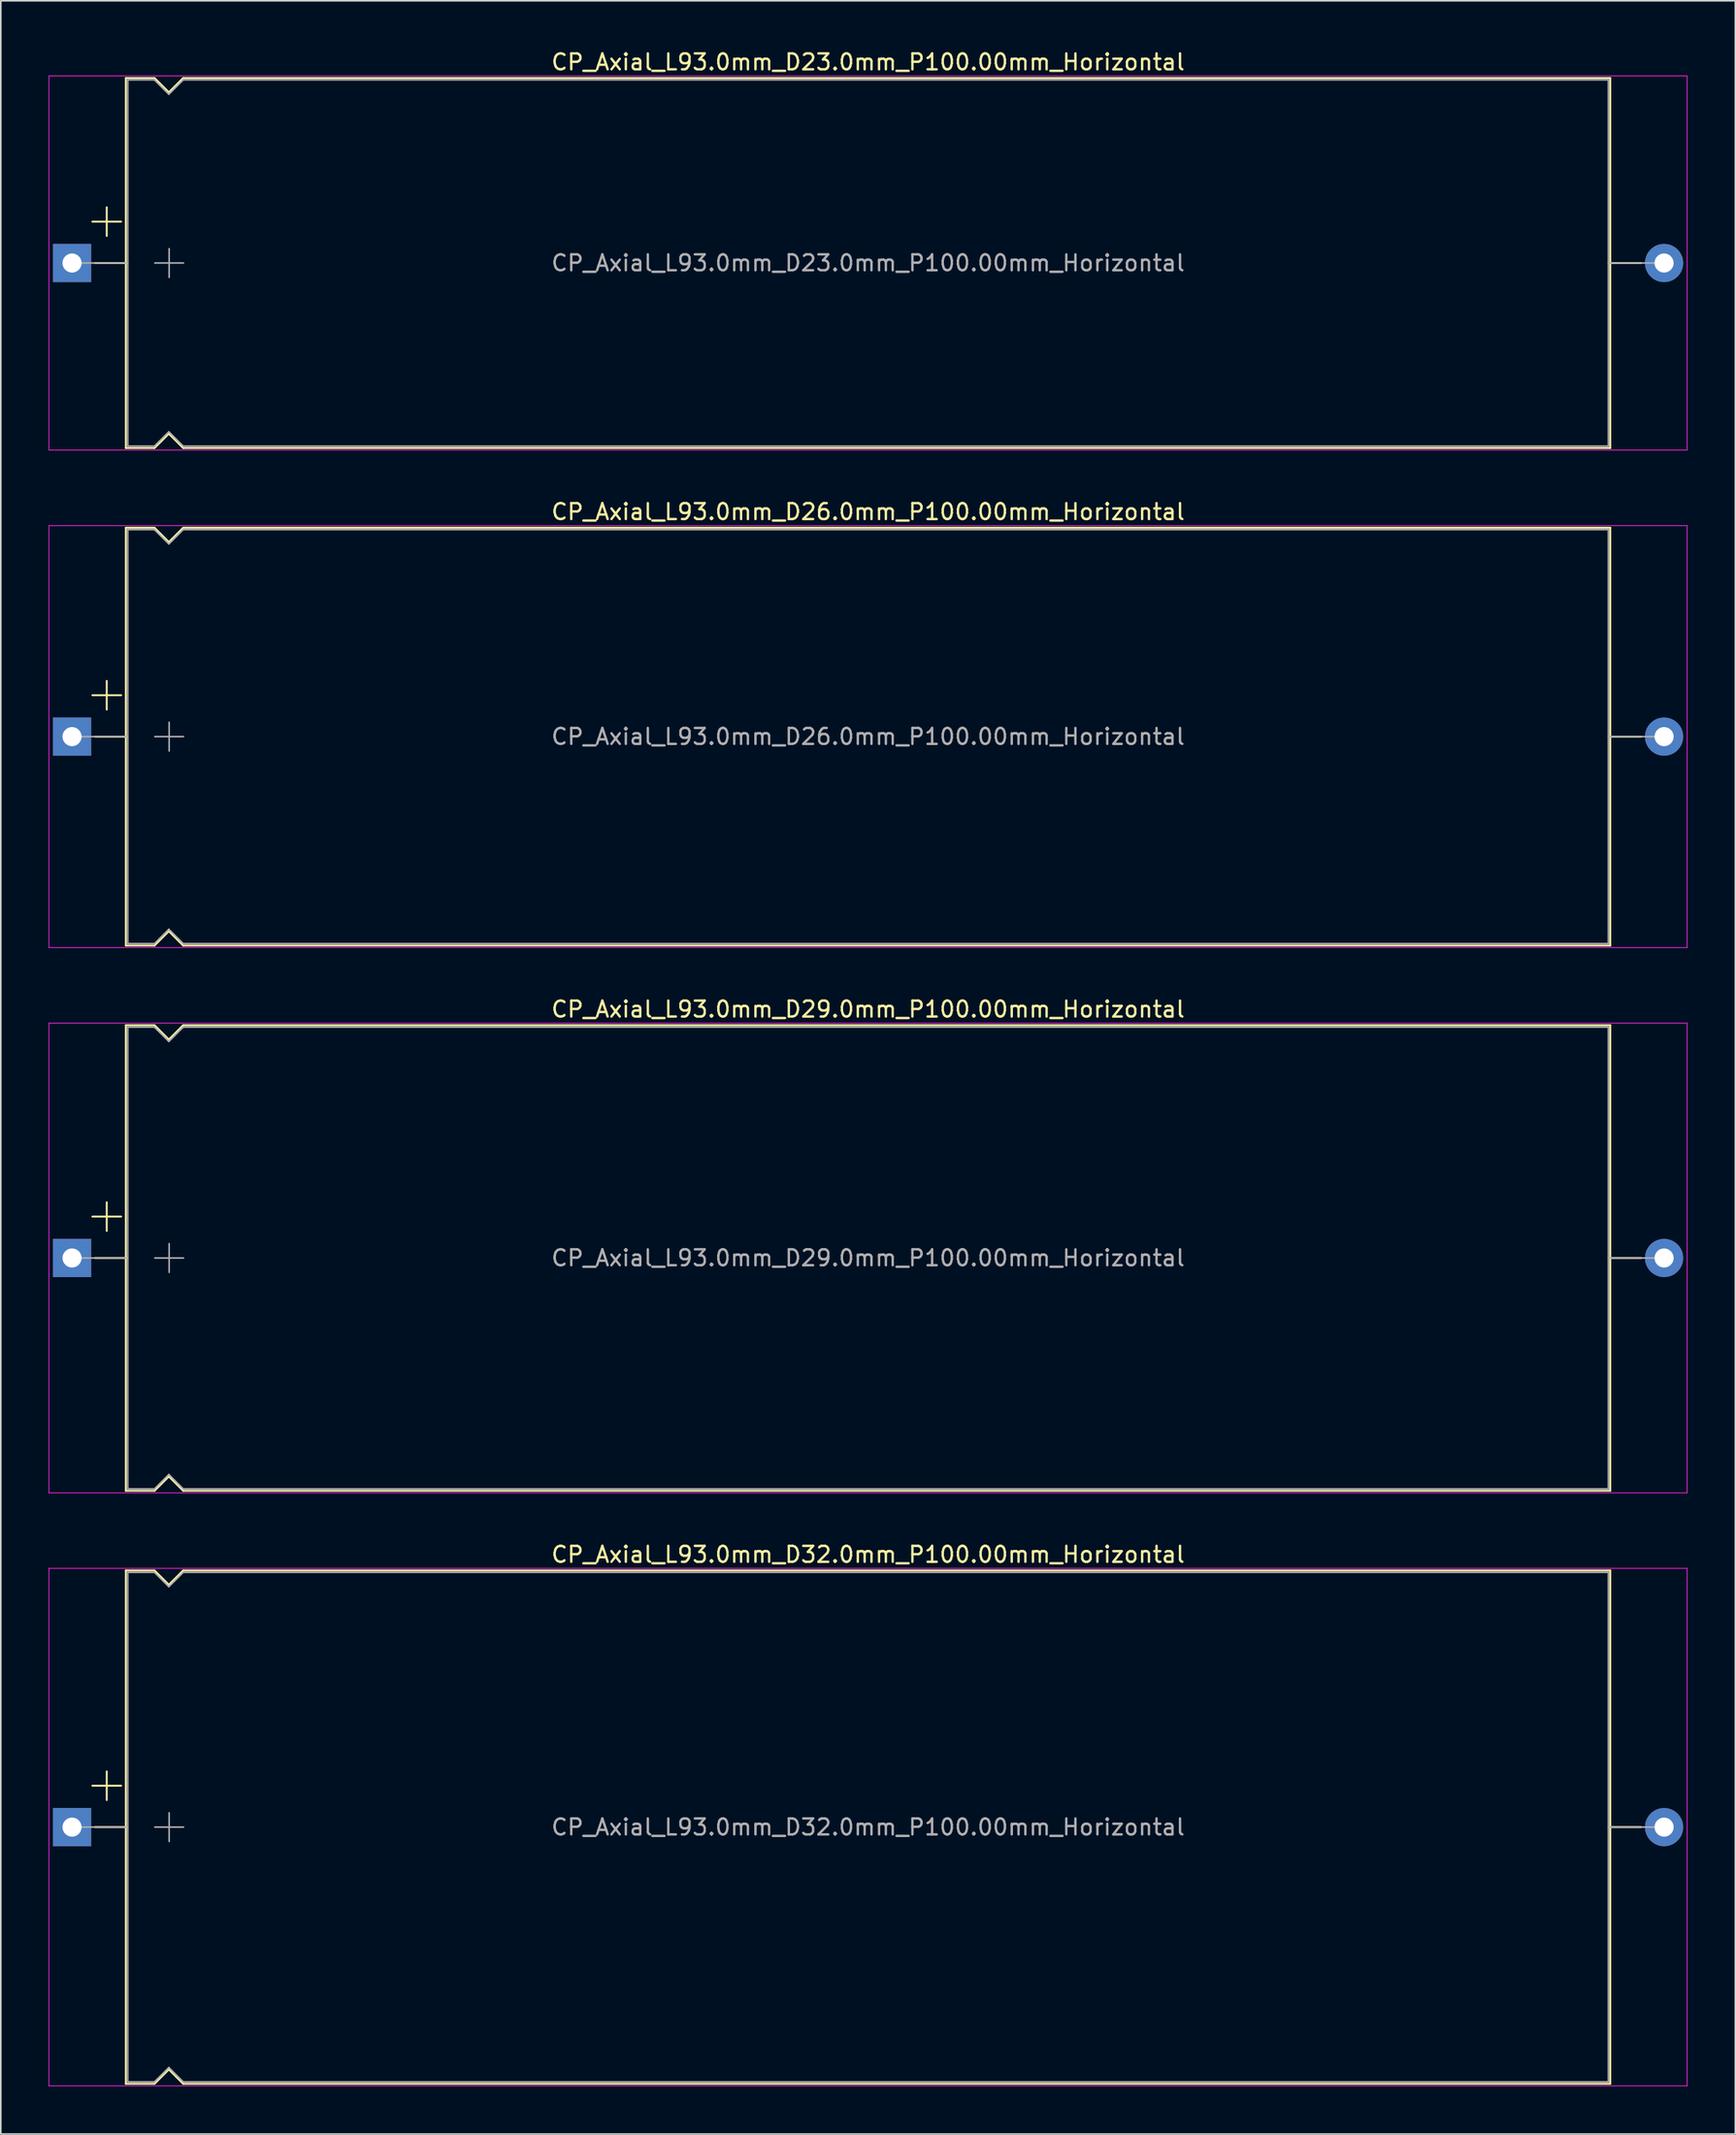
<source format=kicad_pcb>
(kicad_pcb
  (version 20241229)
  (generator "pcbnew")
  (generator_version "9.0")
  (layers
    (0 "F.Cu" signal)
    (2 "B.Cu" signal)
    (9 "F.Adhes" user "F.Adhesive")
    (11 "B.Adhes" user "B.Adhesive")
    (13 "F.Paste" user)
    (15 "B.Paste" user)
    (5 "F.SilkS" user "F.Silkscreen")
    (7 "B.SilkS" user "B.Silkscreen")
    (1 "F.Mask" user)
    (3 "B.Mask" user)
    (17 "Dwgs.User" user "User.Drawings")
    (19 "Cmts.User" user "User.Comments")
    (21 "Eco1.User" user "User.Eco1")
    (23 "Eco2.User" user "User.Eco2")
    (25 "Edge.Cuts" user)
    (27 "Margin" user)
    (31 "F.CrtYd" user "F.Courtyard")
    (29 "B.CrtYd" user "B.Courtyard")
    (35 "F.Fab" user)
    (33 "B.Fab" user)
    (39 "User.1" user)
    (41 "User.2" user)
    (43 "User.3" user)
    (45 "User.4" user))
  (footprint "CP_Axial_L93.0mm_D32.0mm_P100.00mm_Horizontal"
    (layer "F.Cu")
    (at 1.475 111.698)
    (property "Reference" "CP_Axial_L93.0mm_D32.0mm_P100.00mm_Horizontal" (at 50 -17.12 0) (layer "F.SilkS") (effects (font (size 1 1) (thickness 0.15))))
    (attr through_hole)
    (fp_line (start 1.28 -2.6) (end 3.08 -2.6) (stroke (width 0.12) (type solid)) (layer "F.SilkS"))
    (fp_line (start 1.44 0) (end 3.38 0) (stroke (width 0.12) (type solid)) (layer "F.SilkS"))
    (fp_line (start 2.18 -3.5) (end 2.18 -1.7) (stroke (width 0.12) (type solid)) (layer "F.SilkS"))
    (fp_line (start 3.38 -16.12) (end 3.38 16.12) (stroke (width 0.12) (type solid)) (layer "F.SilkS"))
    (fp_line (start 3.38 -16.12) (end 5.18 -16.12) (stroke (width 0.12) (type solid)) (layer "F.SilkS"))
    (fp_line (start 3.38 16.12) (end 5.18 16.12) (stroke (width 0.12) (type solid)) (layer "F.SilkS"))
    (fp_line (start 5.18 -16.12) (end 6.08 -15.22) (stroke (width 0.12) (type solid)) (layer "F.SilkS"))
    (fp_line (start 5.18 16.12) (end 6.08 15.22) (stroke (width 0.12) (type solid)) (layer "F.SilkS"))
    (fp_line (start 6.08 -15.22) (end 6.98 -16.12) (stroke (width 0.12) (type solid)) (layer "F.SilkS"))
    (fp_line (start 6.08 15.22) (end 6.98 16.12) (stroke (width 0.12) (type solid)) (layer "F.SilkS"))
    (fp_line (start 6.98 -16.12) (end 96.62 -16.12) (stroke (width 0.12) (type solid)) (layer "F.SilkS"))
    (fp_line (start 6.98 16.12) (end 96.62 16.12) (stroke (width 0.12) (type solid)) (layer "F.SilkS"))
    (fp_line (start 96.62 -16.12) (end 96.62 16.12) (stroke (width 0.12) (type solid)) (layer "F.SilkS"))
    (fp_line (start 98.56 0) (end 96.62 0) (stroke (width 0.12) (type solid)) (layer "F.SilkS"))
    (fp_line (start -1.45 -16.25) (end -1.45 16.25) (stroke (width 0.05) (type solid)) (layer "F.CrtYd"))
    (fp_line (start -1.45 16.25) (end 101.45 16.25) (stroke (width 0.05) (type solid)) (layer "F.CrtYd"))
    (fp_line (start 101.45 -16.25) (end -1.45 -16.25) (stroke (width 0.05) (type solid)) (layer "F.CrtYd"))
    (fp_line (start 101.45 16.25) (end 101.45 -16.25) (stroke (width 0.05) (type solid)) (layer "F.CrtYd"))
    (fp_line (start 0 0) (end 3.5 0) (stroke (width 0.1) (type solid)) (layer "F.Fab"))
    (fp_line (start 3.5 -16) (end 3.5 16) (stroke (width 0.1) (type solid)) (layer "F.Fab"))
    (fp_line (start 3.5 -16) (end 5.18 -16) (stroke (width 0.1) (type solid)) (layer "F.Fab"))
    (fp_line (start 3.5 16) (end 5.18 16) (stroke (width 0.1) (type solid)) (layer "F.Fab"))
    (fp_line (start 5.18 -16) (end 6.08 -15.1) (stroke (width 0.1) (type solid)) (layer "F.Fab"))
    (fp_line (start 5.18 16) (end 6.08 15.1) (stroke (width 0.1) (type solid)) (layer "F.Fab"))
    (fp_line (start 5.2 0) (end 7 0) (stroke (width 0.1) (type solid)) (layer "F.Fab"))
    (fp_line (start 6.08 -15.1) (end 6.98 -16) (stroke (width 0.1) (type solid)) (layer "F.Fab"))
    (fp_line (start 6.08 15.1) (end 6.98 16) (stroke (width 0.1) (type solid)) (layer "F.Fab"))
    (fp_line (start 6.1 -0.9) (end 6.1 0.9) (stroke (width 0.1) (type solid)) (layer "F.Fab"))
    (fp_line (start 6.98 -16) (end 96.5 -16) (stroke (width 0.1) (type solid)) (layer "F.Fab"))
    (fp_line (start 6.98 16) (end 96.5 16) (stroke (width 0.1) (type solid)) (layer "F.Fab"))
    (fp_line (start 96.5 -16) (end 96.5 16) (stroke (width 0.1) (type solid)) (layer "F.Fab"))
    (fp_line (start 100 0) (end 96.5 0) (stroke (width 0.1) (type solid)) (layer "F.Fab"))
    (fp_text user "${REFERENCE}" (at 50 0 0) (layer "F.Fab") (effects (font (size 1 1) (thickness 0.15))))
    (pad "1" thru_hole rect (at 0 0) (size 2.4 2.4) (drill 1.2) (layers "*.Cu" "*.Mask"))
    (pad "2" thru_hole oval (at 100 0) (size 2.4 2.4) (drill 1.2) (layers "*.Cu" "*.Mask")))
  (footprint "CP_Axial_L93.0mm_D23.0mm_P100.00mm_Horizontal"
    (layer "F.Cu")
    (at 1.475 13.468)
    (property "Reference" "CP_Axial_L93.0mm_D23.0mm_P100.00mm_Horizontal" (at 50 -12.62 0) (layer "F.SilkS") (effects (font (size 1 1) (thickness 0.15))))
    (attr through_hole)
    (fp_line (start 1.28 -2.6) (end 3.08 -2.6) (stroke (width 0.12) (type solid)) (layer "F.SilkS"))
    (fp_line (start 1.44 0) (end 3.38 0) (stroke (width 0.12) (type solid)) (layer "F.SilkS"))
    (fp_line (start 2.18 -3.5) (end 2.18 -1.7) (stroke (width 0.12) (type solid)) (layer "F.SilkS"))
    (fp_line (start 3.38 -11.62) (end 3.38 11.62) (stroke (width 0.12) (type solid)) (layer "F.SilkS"))
    (fp_line (start 3.38 -11.62) (end 5.18 -11.62) (stroke (width 0.12) (type solid)) (layer "F.SilkS"))
    (fp_line (start 3.38 11.62) (end 5.18 11.62) (stroke (width 0.12) (type solid)) (layer "F.SilkS"))
    (fp_line (start 5.18 -11.62) (end 6.08 -10.72) (stroke (width 0.12) (type solid)) (layer "F.SilkS"))
    (fp_line (start 5.18 11.62) (end 6.08 10.72) (stroke (width 0.12) (type solid)) (layer "F.SilkS"))
    (fp_line (start 6.08 -10.72) (end 6.98 -11.62) (stroke (width 0.12) (type solid)) (layer "F.SilkS"))
    (fp_line (start 6.08 10.72) (end 6.98 11.62) (stroke (width 0.12) (type solid)) (layer "F.SilkS"))
    (fp_line (start 6.98 -11.62) (end 96.62 -11.62) (stroke (width 0.12) (type solid)) (layer "F.SilkS"))
    (fp_line (start 6.98 11.62) (end 96.62 11.62) (stroke (width 0.12) (type solid)) (layer "F.SilkS"))
    (fp_line (start 96.62 -11.62) (end 96.62 11.62) (stroke (width 0.12) (type solid)) (layer "F.SilkS"))
    (fp_line (start 98.56 0) (end 96.62 0) (stroke (width 0.12) (type solid)) (layer "F.SilkS"))
    (fp_line (start -1.45 -11.75) (end -1.45 11.75) (stroke (width 0.05) (type solid)) (layer "F.CrtYd"))
    (fp_line (start -1.45 11.75) (end 101.45 11.75) (stroke (width 0.05) (type solid)) (layer "F.CrtYd"))
    (fp_line (start 101.45 -11.75) (end -1.45 -11.75) (stroke (width 0.05) (type solid)) (layer "F.CrtYd"))
    (fp_line (start 101.45 11.75) (end 101.45 -11.75) (stroke (width 0.05) (type solid)) (layer "F.CrtYd"))
    (fp_line (start 0 0) (end 3.5 0) (stroke (width 0.1) (type solid)) (layer "F.Fab"))
    (fp_line (start 3.5 -11.5) (end 3.5 11.5) (stroke (width 0.1) (type solid)) (layer "F.Fab"))
    (fp_line (start 3.5 -11.5) (end 5.18 -11.5) (stroke (width 0.1) (type solid)) (layer "F.Fab"))
    (fp_line (start 3.5 11.5) (end 5.18 11.5) (stroke (width 0.1) (type solid)) (layer "F.Fab"))
    (fp_line (start 5.18 -11.5) (end 6.08 -10.6) (stroke (width 0.1) (type solid)) (layer "F.Fab"))
    (fp_line (start 5.18 11.5) (end 6.08 10.6) (stroke (width 0.1) (type solid)) (layer "F.Fab"))
    (fp_line (start 5.2 0) (end 7 0) (stroke (width 0.1) (type solid)) (layer "F.Fab"))
    (fp_line (start 6.08 -10.6) (end 6.98 -11.5) (stroke (width 0.1) (type solid)) (layer "F.Fab"))
    (fp_line (start 6.08 10.6) (end 6.98 11.5) (stroke (width 0.1) (type solid)) (layer "F.Fab"))
    (fp_line (start 6.1 -0.9) (end 6.1 0.9) (stroke (width 0.1) (type solid)) (layer "F.Fab"))
    (fp_line (start 6.98 -11.5) (end 96.5 -11.5) (stroke (width 0.1) (type solid)) (layer "F.Fab"))
    (fp_line (start 6.98 11.5) (end 96.5 11.5) (stroke (width 0.1) (type solid)) (layer "F.Fab"))
    (fp_line (start 96.5 -11.5) (end 96.5 11.5) (stroke (width 0.1) (type solid)) (layer "F.Fab"))
    (fp_line (start 100 0) (end 96.5 0) (stroke (width 0.1) (type solid)) (layer "F.Fab"))
    (fp_text user "${REFERENCE}" (at 50 0 0) (layer "F.Fab") (effects (font (size 1 1) (thickness 0.15))))
    (pad "1" thru_hole rect (at 0 0) (size 2.4 2.4) (drill 1.2) (layers "*.Cu" "*.Mask"))
    (pad "2" thru_hole oval (at 100 0) (size 2.4 2.4) (drill 1.2) (layers "*.Cu" "*.Mask")))
  (footprint "CP_Axial_L93.0mm_D26.0mm_P100.00mm_Horizontal"
    (layer "F.Cu")
    (at 1.475 43.212)
    (property "Reference" "CP_Axial_L93.0mm_D26.0mm_P100.00mm_Horizontal" (at 50 -14.12 0) (layer "F.SilkS") (effects (font (size 1 1) (thickness 0.15))))
    (attr through_hole)
    (fp_line (start 1.28 -2.6) (end 3.08 -2.6) (stroke (width 0.12) (type solid)) (layer "F.SilkS"))
    (fp_line (start 1.44 0) (end 3.38 0) (stroke (width 0.12) (type solid)) (layer "F.SilkS"))
    (fp_line (start 2.18 -3.5) (end 2.18 -1.7) (stroke (width 0.12) (type solid)) (layer "F.SilkS"))
    (fp_line (start 3.38 -13.12) (end 3.38 13.12) (stroke (width 0.12) (type solid)) (layer "F.SilkS"))
    (fp_line (start 3.38 -13.12) (end 5.18 -13.12) (stroke (width 0.12) (type solid)) (layer "F.SilkS"))
    (fp_line (start 3.38 13.12) (end 5.18 13.12) (stroke (width 0.12) (type solid)) (layer "F.SilkS"))
    (fp_line (start 5.18 -13.12) (end 6.08 -12.22) (stroke (width 0.12) (type solid)) (layer "F.SilkS"))
    (fp_line (start 5.18 13.12) (end 6.08 12.22) (stroke (width 0.12) (type solid)) (layer "F.SilkS"))
    (fp_line (start 6.08 -12.22) (end 6.98 -13.12) (stroke (width 0.12) (type solid)) (layer "F.SilkS"))
    (fp_line (start 6.08 12.22) (end 6.98 13.12) (stroke (width 0.12) (type solid)) (layer "F.SilkS"))
    (fp_line (start 6.98 -13.12) (end 96.62 -13.12) (stroke (width 0.12) (type solid)) (layer "F.SilkS"))
    (fp_line (start 6.98 13.12) (end 96.62 13.12) (stroke (width 0.12) (type solid)) (layer "F.SilkS"))
    (fp_line (start 96.62 -13.12) (end 96.62 13.12) (stroke (width 0.12) (type solid)) (layer "F.SilkS"))
    (fp_line (start 98.56 0) (end 96.62 0) (stroke (width 0.12) (type solid)) (layer "F.SilkS"))
    (fp_line (start -1.45 -13.25) (end -1.45 13.25) (stroke (width 0.05) (type solid)) (layer "F.CrtYd"))
    (fp_line (start -1.45 13.25) (end 101.45 13.25) (stroke (width 0.05) (type solid)) (layer "F.CrtYd"))
    (fp_line (start 101.45 -13.25) (end -1.45 -13.25) (stroke (width 0.05) (type solid)) (layer "F.CrtYd"))
    (fp_line (start 101.45 13.25) (end 101.45 -13.25) (stroke (width 0.05) (type solid)) (layer "F.CrtYd"))
    (fp_line (start 0 0) (end 3.5 0) (stroke (width 0.1) (type solid)) (layer "F.Fab"))
    (fp_line (start 3.5 -13) (end 3.5 13) (stroke (width 0.1) (type solid)) (layer "F.Fab"))
    (fp_line (start 3.5 -13) (end 5.18 -13) (stroke (width 0.1) (type solid)) (layer "F.Fab"))
    (fp_line (start 3.5 13) (end 5.18 13) (stroke (width 0.1) (type solid)) (layer "F.Fab"))
    (fp_line (start 5.18 -13) (end 6.08 -12.1) (stroke (width 0.1) (type solid)) (layer "F.Fab"))
    (fp_line (start 5.18 13) (end 6.08 12.1) (stroke (width 0.1) (type solid)) (layer "F.Fab"))
    (fp_line (start 5.2 0) (end 7 0) (stroke (width 0.1) (type solid)) (layer "F.Fab"))
    (fp_line (start 6.08 -12.1) (end 6.98 -13) (stroke (width 0.1) (type solid)) (layer "F.Fab"))
    (fp_line (start 6.08 12.1) (end 6.98 13) (stroke (width 0.1) (type solid)) (layer "F.Fab"))
    (fp_line (start 6.1 -0.9) (end 6.1 0.9) (stroke (width 0.1) (type solid)) (layer "F.Fab"))
    (fp_line (start 6.98 -13) (end 96.5 -13) (stroke (width 0.1) (type solid)) (layer "F.Fab"))
    (fp_line (start 6.98 13) (end 96.5 13) (stroke (width 0.1) (type solid)) (layer "F.Fab"))
    (fp_line (start 96.5 -13) (end 96.5 13) (stroke (width 0.1) (type solid)) (layer "F.Fab"))
    (fp_line (start 100 0) (end 96.5 0) (stroke (width 0.1) (type solid)) (layer "F.Fab"))
    (fp_text user "${REFERENCE}" (at 50 0 0) (layer "F.Fab") (effects (font (size 1 1) (thickness 0.15))))
    (pad "1" thru_hole rect (at 0 0) (size 2.4 2.4) (drill 1.2) (layers "*.Cu" "*.Mask"))
    (pad "2" thru_hole oval (at 100 0) (size 2.4 2.4) (drill 1.2) (layers "*.Cu" "*.Mask")))
  (footprint "CP_Axial_L93.0mm_D29.0mm_P100.00mm_Horizontal"
    (layer "F.Cu")
    (at 1.475 75.955)
    (property "Reference" "CP_Axial_L93.0mm_D29.0mm_P100.00mm_Horizontal" (at 50 -15.62 0) (layer "F.SilkS") (effects (font (size 1 1) (thickness 0.15))))
    (attr through_hole)
    (fp_line (start 1.28 -2.6) (end 3.08 -2.6) (stroke (width 0.12) (type solid)) (layer "F.SilkS"))
    (fp_line (start 1.44 0) (end 3.38 0) (stroke (width 0.12) (type solid)) (layer "F.SilkS"))
    (fp_line (start 2.18 -3.5) (end 2.18 -1.7) (stroke (width 0.12) (type solid)) (layer "F.SilkS"))
    (fp_line (start 3.38 -14.62) (end 3.38 14.62) (stroke (width 0.12) (type solid)) (layer "F.SilkS"))
    (fp_line (start 3.38 -14.62) (end 5.18 -14.62) (stroke (width 0.12) (type solid)) (layer "F.SilkS"))
    (fp_line (start 3.38 14.62) (end 5.18 14.62) (stroke (width 0.12) (type solid)) (layer "F.SilkS"))
    (fp_line (start 5.18 -14.62) (end 6.08 -13.72) (stroke (width 0.12) (type solid)) (layer "F.SilkS"))
    (fp_line (start 5.18 14.62) (end 6.08 13.72) (stroke (width 0.12) (type solid)) (layer "F.SilkS"))
    (fp_line (start 6.08 -13.72) (end 6.98 -14.62) (stroke (width 0.12) (type solid)) (layer "F.SilkS"))
    (fp_line (start 6.08 13.72) (end 6.98 14.62) (stroke (width 0.12) (type solid)) (layer "F.SilkS"))
    (fp_line (start 6.98 -14.62) (end 96.62 -14.62) (stroke (width 0.12) (type solid)) (layer "F.SilkS"))
    (fp_line (start 6.98 14.62) (end 96.62 14.62) (stroke (width 0.12) (type solid)) (layer "F.SilkS"))
    (fp_line (start 96.62 -14.62) (end 96.62 14.62) (stroke (width 0.12) (type solid)) (layer "F.SilkS"))
    (fp_line (start 98.56 0) (end 96.62 0) (stroke (width 0.12) (type solid)) (layer "F.SilkS"))
    (fp_line (start -1.45 -14.75) (end -1.45 14.75) (stroke (width 0.05) (type solid)) (layer "F.CrtYd"))
    (fp_line (start -1.45 14.75) (end 101.45 14.75) (stroke (width 0.05) (type solid)) (layer "F.CrtYd"))
    (fp_line (start 101.45 -14.75) (end -1.45 -14.75) (stroke (width 0.05) (type solid)) (layer "F.CrtYd"))
    (fp_line (start 101.45 14.75) (end 101.45 -14.75) (stroke (width 0.05) (type solid)) (layer "F.CrtYd"))
    (fp_line (start 0 0) (end 3.5 0) (stroke (width 0.1) (type solid)) (layer "F.Fab"))
    (fp_line (start 3.5 -14.5) (end 3.5 14.5) (stroke (width 0.1) (type solid)) (layer "F.Fab"))
    (fp_line (start 3.5 -14.5) (end 5.18 -14.5) (stroke (width 0.1) (type solid)) (layer "F.Fab"))
    (fp_line (start 3.5 14.5) (end 5.18 14.5) (stroke (width 0.1) (type solid)) (layer "F.Fab"))
    (fp_line (start 5.18 -14.5) (end 6.08 -13.6) (stroke (width 0.1) (type solid)) (layer "F.Fab"))
    (fp_line (start 5.18 14.5) (end 6.08 13.6) (stroke (width 0.1) (type solid)) (layer "F.Fab"))
    (fp_line (start 5.2 0) (end 7 0) (stroke (width 0.1) (type solid)) (layer "F.Fab"))
    (fp_line (start 6.08 -13.6) (end 6.98 -14.5) (stroke (width 0.1) (type solid)) (layer "F.Fab"))
    (fp_line (start 6.08 13.6) (end 6.98 14.5) (stroke (width 0.1) (type solid)) (layer "F.Fab"))
    (fp_line (start 6.1 -0.9) (end 6.1 0.9) (stroke (width 0.1) (type solid)) (layer "F.Fab"))
    (fp_line (start 6.98 -14.5) (end 96.5 -14.5) (stroke (width 0.1) (type solid)) (layer "F.Fab"))
    (fp_line (start 6.98 14.5) (end 96.5 14.5) (stroke (width 0.1) (type solid)) (layer "F.Fab"))
    (fp_line (start 96.5 -14.5) (end 96.5 14.5) (stroke (width 0.1) (type solid)) (layer "F.Fab"))
    (fp_line (start 100 0) (end 96.5 0) (stroke (width 0.1) (type solid)) (layer "F.Fab"))
    (fp_text user "${REFERENCE}" (at 50 0 0) (layer "F.Fab") (effects (font (size 1 1) (thickness 0.15))))
    (pad "1" thru_hole rect (at 0 0) (size 2.4 2.4) (drill 1.2) (layers "*.Cu" "*.Mask"))
    (pad "2" thru_hole oval (at 100 0) (size 2.4 2.4) (drill 1.2) (layers "*.Cu" "*.Mask")))
  (gr_rect
    (start -3 -3)
    (end 105.95 130.973)
    (stroke (width 0.1) (type default))
    (fill no)
    (layer "Edge.Cuts")))
</source>
